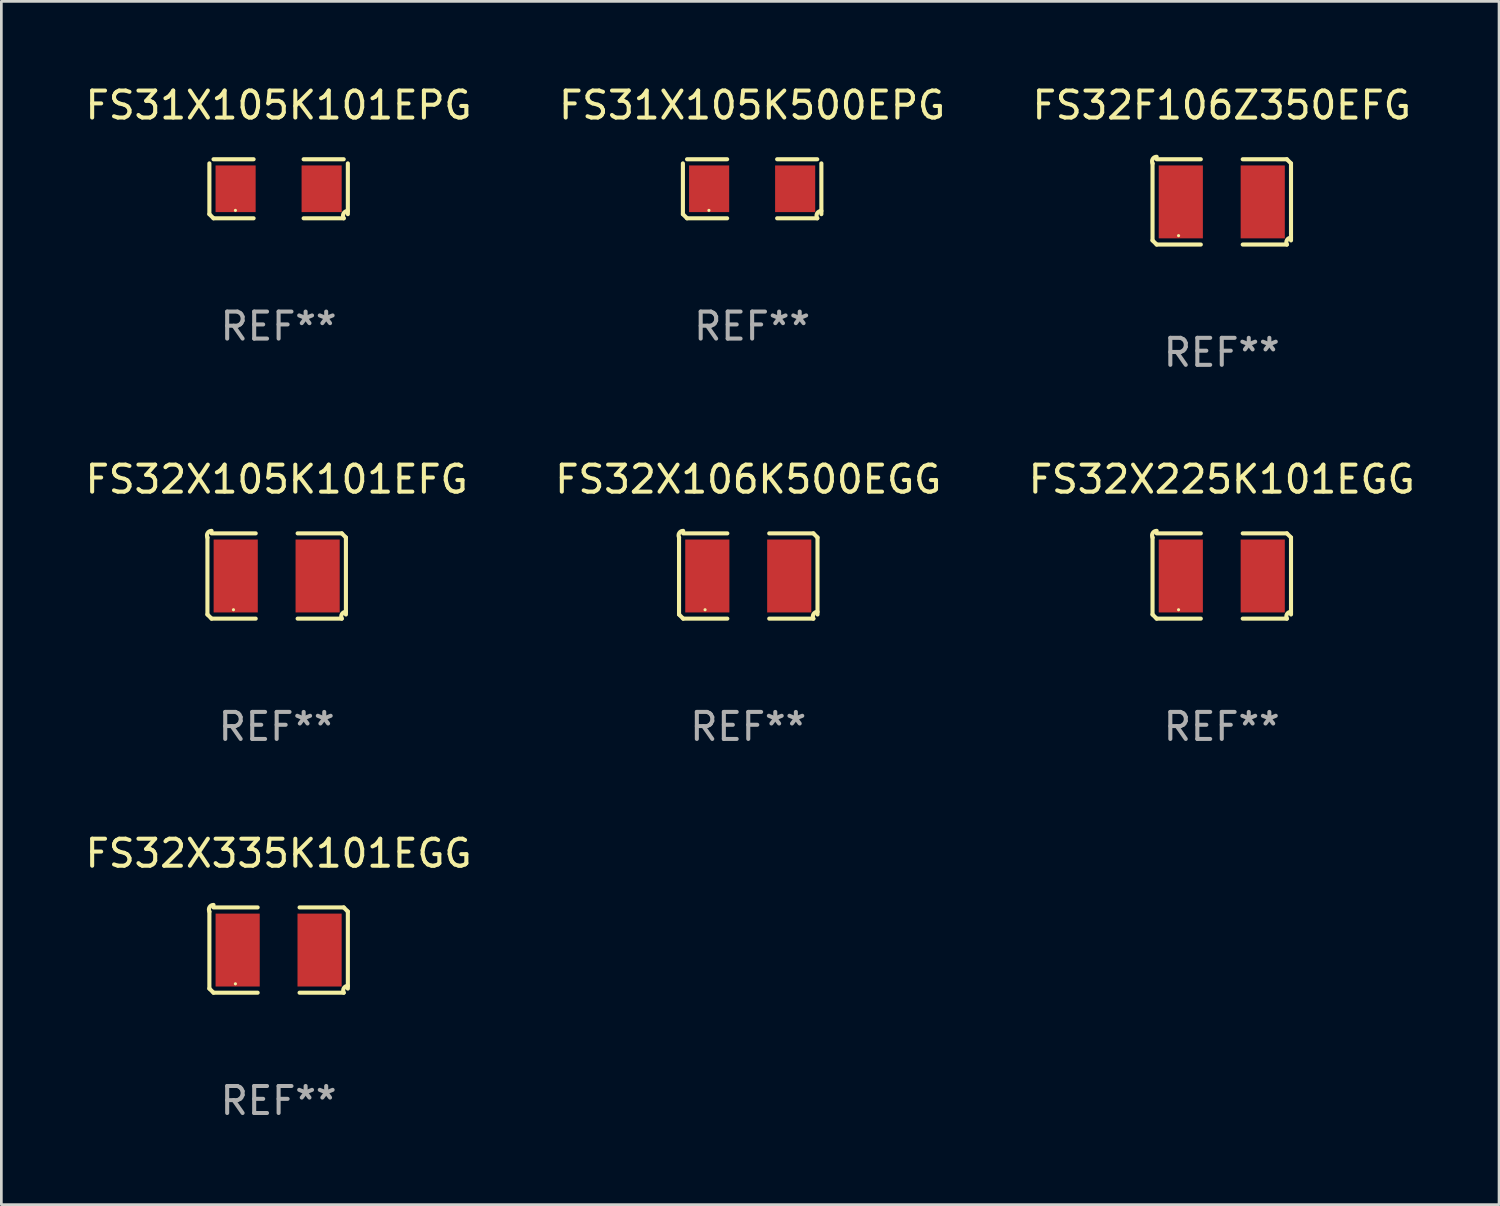
<source format=kicad_pcb>
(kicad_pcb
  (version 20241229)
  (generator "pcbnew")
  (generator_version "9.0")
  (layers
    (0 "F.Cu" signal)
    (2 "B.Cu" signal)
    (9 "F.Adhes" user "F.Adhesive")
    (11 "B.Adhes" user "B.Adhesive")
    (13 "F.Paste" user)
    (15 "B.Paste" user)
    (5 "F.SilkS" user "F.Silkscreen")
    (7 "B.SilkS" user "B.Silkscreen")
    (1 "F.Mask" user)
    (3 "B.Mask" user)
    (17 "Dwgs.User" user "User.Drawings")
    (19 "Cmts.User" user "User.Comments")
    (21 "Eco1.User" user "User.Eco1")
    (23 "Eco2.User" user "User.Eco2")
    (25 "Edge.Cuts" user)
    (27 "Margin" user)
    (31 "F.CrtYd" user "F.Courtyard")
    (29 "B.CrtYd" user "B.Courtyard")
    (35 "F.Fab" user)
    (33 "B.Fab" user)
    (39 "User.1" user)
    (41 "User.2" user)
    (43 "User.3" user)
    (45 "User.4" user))
  (footprint "FS32X335K101EGG"
    (layer "F.Cu")
    (at 7.268 32.134)
    (property "Reference" "FS32X335K101EGG" (at 0 -3.579 0) (layer "F.SilkS") (effects (font (size 1 1) (thickness 0.15))))
    (attr through_hole)
    (fp_line (start -2.564 1.426) (end -2.564 -1.426) (stroke (width 0.152) (type solid)) (layer "F.SilkS"))
    (fp_line (start -2.411 -1.579) (end -0.776 -1.579) (stroke (width 0.152) (type solid)) (layer "F.SilkS"))
    (fp_line (start -0.776 1.579) (end -2.411 1.579) (stroke (width 0.152) (type solid)) (layer "F.SilkS"))
    (fp_line (start 0.776 1.579) (end 2.411 1.579) (stroke (width 0.152) (type solid)) (layer "F.SilkS"))
    (fp_line (start 2.411 -1.579) (end 0.776 -1.579) (stroke (width 0.152) (type solid)) (layer "F.SilkS"))
    (fp_line (start 2.564 1.426) (end 2.564 -1.426) (stroke (width 0.152) (type solid)) (layer "F.SilkS"))
    (fp_arc (start -2.563602 -1.426213) (mid -2.555597 -1.591233) (end -2.411201 -1.671518) (stroke (width 0.1524) (type solid)) (layer "F.SilkS"))
    (fp_arc (start -2.5636 1.426214) (mid -2.487389 1.502402) (end -2.411201 1.578613) (stroke (width 0.1524) (type solid)) (layer "F.SilkS"))
    (fp_arc (start 2.411197 -1.578618) (mid 2.487403 -1.502419) (end 2.563602 -1.426213) (stroke (width 0.1524) (type solid)) (layer "F.SilkS"))
    (fp_arc (start 2.411201 1.578613) (mid 2.416214 1.409455) (end 2.563602 1.32629) (stroke (width 0.1524) (type solid)) (layer "F.SilkS"))
    (fp_circle (center -1.6 1.25) (end -1.57 1.25) (stroke (width 0.06) (type solid)) (fill no) (layer "F.SilkS"))
    (fp_text user "REF**" (at 0 5.579 0) (layer "F.Fab") (effects (font (size 1 1) (thickness 0.15))))
    (pad "1" smd rect (at -1.517 0) (size 1.635 2.7) (layers "F.Cu" "F.Mask" "F.Paste"))
    (pad "2" smd rect (at 1.517 0) (size 1.635 2.7) (layers "F.Cu" "F.Mask" "F.Paste")))
  (footprint "FS32X105K101EFG"
    (layer "F.Cu")
    (at 7.196 18.281)
    (property "Reference" "FS32X105K101EFG" (at 0 -3.579 0) (layer "F.SilkS") (effects (font (size 1 1) (thickness 0.15))))
    (attr through_hole)
    (fp_line (start -2.564 1.426) (end -2.564 -1.426) (stroke (width 0.152) (type solid)) (layer "F.SilkS"))
    (fp_line (start -2.411 -1.579) (end -0.776 -1.579) (stroke (width 0.152) (type solid)) (layer "F.SilkS"))
    (fp_line (start -0.776 1.579) (end -2.411 1.579) (stroke (width 0.152) (type solid)) (layer "F.SilkS"))
    (fp_line (start 0.776 1.579) (end 2.411 1.579) (stroke (width 0.152) (type solid)) (layer "F.SilkS"))
    (fp_line (start 2.411 -1.579) (end 0.776 -1.579) (stroke (width 0.152) (type solid)) (layer "F.SilkS"))
    (fp_line (start 2.564 1.426) (end 2.564 -1.426) (stroke (width 0.152) (type solid)) (layer "F.SilkS"))
    (fp_arc (start -2.563602 -1.426213) (mid -2.555597 -1.591233) (end -2.411201 -1.671518) (stroke (width 0.1524) (type solid)) (layer "F.SilkS"))
    (fp_arc (start -2.5636 1.426214) (mid -2.487389 1.502402) (end -2.411201 1.578613) (stroke (width 0.1524) (type solid)) (layer "F.SilkS"))
    (fp_arc (start 2.411197 -1.578618) (mid 2.487403 -1.502419) (end 2.563602 -1.426213) (stroke (width 0.1524) (type solid)) (layer "F.SilkS"))
    (fp_arc (start 2.411201 1.578613) (mid 2.416214 1.409455) (end 2.563602 1.32629) (stroke (width 0.1524) (type solid)) (layer "F.SilkS"))
    (fp_circle (center -1.6 1.25) (end -1.57 1.25) (stroke (width 0.06) (type solid)) (fill no) (layer "F.SilkS"))
    (fp_text user "REF**" (at 0 5.579 0) (layer "F.Fab") (effects (font (size 1 1) (thickness 0.15))))
    (pad "1" smd rect (at -1.517 0) (size 1.635 2.7) (layers "F.Cu" "F.Mask" "F.Paste"))
    (pad "2" smd rect (at 1.517 0) (size 1.635 2.7) (layers "F.Cu" "F.Mask" "F.Paste")))
  (footprint "FS31X105K101EPG"
    (layer "F.Cu")
    (at 7.268 3.941)
    (property "Reference" "FS31X105K101EPG" (at 0 -3.093 0) (layer "F.SilkS") (effects (font (size 1 1) (thickness 0.15))))
    (attr through_hole)
    (fp_line (start -2.564 0.94) (end -2.564 -0.94) (stroke (width 0.152) (type solid)) (layer "F.SilkS"))
    (fp_line (start -2.411 -1.093) (end -0.926 -1.093) (stroke (width 0.152) (type solid)) (layer "F.SilkS"))
    (fp_line (start -0.926 1.093) (end -2.411 1.093) (stroke (width 0.152) (type solid)) (layer "F.SilkS"))
    (fp_line (start 0.926 1.093) (end 2.411 1.093) (stroke (width 0.152) (type solid)) (layer "F.SilkS"))
    (fp_line (start 2.411 -1.093) (end 0.926 -1.093) (stroke (width 0.152) (type solid)) (layer "F.SilkS"))
    (fp_line (start 2.564 0.94) (end 2.564 -0.94) (stroke (width 0.152) (type solid)) (layer "F.SilkS"))
    (fp_arc (start -2.411201 1.092609) (mid -2.487413 1.01642) (end -2.563602 0.940208) (stroke (width 0.1524) (type solid)) (layer "F.SilkS"))
    (fp_arc (start 2.411201 1.092609) (mid 2.407159 0.911226) (end 2.563602 0.819347) (stroke (width 0.1524) (type solid)) (layer "F.SilkS"))
    (fp_circle (center -1.6 0.8) (end -1.57 0.8) (stroke (width 0.06) (type solid)) (fill no) (layer "F.SilkS"))
    (fp_text user "REF**" (at 0 5.093 0) (layer "F.Fab") (effects (font (size 1 1) (thickness 0.15))))
    (pad "1" smd rect (at -1.593 0) (size 1.485 1.728) (layers "F.Cu" "F.Mask" "F.Paste"))
    (pad "2" smd rect (at 1.593 0) (size 1.485 1.728) (layers "F.Cu" "F.Mask" "F.Paste")))
  (footprint "FS32X225K101EGG"
    (layer "F.Cu")
    (at 42.196 18.281)
    (property "Reference" "FS32X225K101EGG" (at 0 -3.579 0) (layer "F.SilkS") (effects (font (size 1 1) (thickness 0.15))))
    (attr through_hole)
    (fp_line (start -2.564 1.426) (end -2.564 -1.426) (stroke (width 0.152) (type solid)) (layer "F.SilkS"))
    (fp_line (start -2.411 -1.579) (end -0.776 -1.579) (stroke (width 0.152) (type solid)) (layer "F.SilkS"))
    (fp_line (start -0.776 1.579) (end -2.411 1.579) (stroke (width 0.152) (type solid)) (layer "F.SilkS"))
    (fp_line (start 0.776 1.579) (end 2.411 1.579) (stroke (width 0.152) (type solid)) (layer "F.SilkS"))
    (fp_line (start 2.411 -1.579) (end 0.776 -1.579) (stroke (width 0.152) (type solid)) (layer "F.SilkS"))
    (fp_line (start 2.564 1.426) (end 2.564 -1.426) (stroke (width 0.152) (type solid)) (layer "F.SilkS"))
    (fp_arc (start -2.563602 -1.426213) (mid -2.555597 -1.591233) (end -2.411201 -1.671518) (stroke (width 0.1524) (type solid)) (layer "F.SilkS"))
    (fp_arc (start -2.5636 1.426214) (mid -2.487389 1.502402) (end -2.411201 1.578613) (stroke (width 0.1524) (type solid)) (layer "F.SilkS"))
    (fp_arc (start 2.411197 -1.578618) (mid 2.487403 -1.502419) (end 2.563602 -1.426213) (stroke (width 0.1524) (type solid)) (layer "F.SilkS"))
    (fp_arc (start 2.411201 1.578613) (mid 2.416214 1.409455) (end 2.563602 1.32629) (stroke (width 0.1524) (type solid)) (layer "F.SilkS"))
    (fp_circle (center -1.6 1.25) (end -1.57 1.25) (stroke (width 0.06) (type solid)) (fill no) (layer "F.SilkS"))
    (fp_text user "REF**" (at 0 5.579 0) (layer "F.Fab") (effects (font (size 1 1) (thickness 0.15))))
    (pad "1" smd rect (at -1.517 0) (size 1.635 2.7) (layers "F.Cu" "F.Mask" "F.Paste"))
    (pad "2" smd rect (at 1.517 0) (size 1.635 2.7) (layers "F.Cu" "F.Mask" "F.Paste")))
  (footprint "FS31X105K500EPG"
    (layer "F.Cu")
    (at 24.804 3.941)
    (property "Reference" "FS31X105K500EPG" (at 0 -3.093 0) (layer "F.SilkS") (effects (font (size 1 1) (thickness 0.15))))
    (attr through_hole)
    (fp_line (start -2.564 0.94) (end -2.564 -0.94) (stroke (width 0.152) (type solid)) (layer "F.SilkS"))
    (fp_line (start -2.411 -1.093) (end -0.926 -1.093) (stroke (width 0.152) (type solid)) (layer "F.SilkS"))
    (fp_line (start -0.926 1.093) (end -2.411 1.093) (stroke (width 0.152) (type solid)) (layer "F.SilkS"))
    (fp_line (start 0.926 1.093) (end 2.411 1.093) (stroke (width 0.152) (type solid)) (layer "F.SilkS"))
    (fp_line (start 2.411 -1.093) (end 0.926 -1.093) (stroke (width 0.152) (type solid)) (layer "F.SilkS"))
    (fp_line (start 2.564 0.94) (end 2.564 -0.94) (stroke (width 0.152) (type solid)) (layer "F.SilkS"))
    (fp_arc (start -2.411201 1.092609) (mid -2.487413 1.01642) (end -2.563602 0.940208) (stroke (width 0.1524) (type solid)) (layer "F.SilkS"))
    (fp_arc (start 2.411201 1.092609) (mid 2.407159 0.911226) (end 2.563602 0.819347) (stroke (width 0.1524) (type solid)) (layer "F.SilkS"))
    (fp_circle (center -1.6 0.8) (end -1.57 0.8) (stroke (width 0.06) (type solid)) (fill no) (layer "F.SilkS"))
    (fp_text user "REF**" (at 0 5.093 0) (layer "F.Fab") (effects (font (size 1 1) (thickness 0.15))))
    (pad "1" smd rect (at -1.593 0) (size 1.485 1.728) (layers "F.Cu" "F.Mask" "F.Paste"))
    (pad "2" smd rect (at 1.593 0) (size 1.485 1.728) (layers "F.Cu" "F.Mask" "F.Paste")))
  (footprint "FS32F106Z350EFG"
    (layer "F.Cu")
    (at 42.196 4.427)
    (property "Reference" "FS32F106Z350EFG" (at 0 -3.579 0) (layer "F.SilkS") (effects (font (size 1 1) (thickness 0.15))))
    (attr through_hole)
    (fp_line (start -2.564 1.426) (end -2.564 -1.426) (stroke (width 0.152) (type solid)) (layer "F.SilkS"))
    (fp_line (start -2.411 -1.579) (end -0.776 -1.579) (stroke (width 0.152) (type solid)) (layer "F.SilkS"))
    (fp_line (start -0.776 1.579) (end -2.411 1.579) (stroke (width 0.152) (type solid)) (layer "F.SilkS"))
    (fp_line (start 0.776 1.579) (end 2.411 1.579) (stroke (width 0.152) (type solid)) (layer "F.SilkS"))
    (fp_line (start 2.411 -1.579) (end 0.776 -1.579) (stroke (width 0.152) (type solid)) (layer "F.SilkS"))
    (fp_line (start 2.564 1.426) (end 2.564 -1.426) (stroke (width 0.152) (type solid)) (layer "F.SilkS"))
    (fp_arc (start -2.563602 -1.426213) (mid -2.555597 -1.591233) (end -2.411201 -1.671518) (stroke (width 0.1524) (type solid)) (layer "F.SilkS"))
    (fp_arc (start -2.5636 1.426214) (mid -2.487389 1.502402) (end -2.411201 1.578613) (stroke (width 0.1524) (type solid)) (layer "F.SilkS"))
    (fp_arc (start 2.411197 -1.578618) (mid 2.487403 -1.502419) (end 2.563602 -1.426213) (stroke (width 0.1524) (type solid)) (layer "F.SilkS"))
    (fp_arc (start 2.411201 1.578613) (mid 2.416214 1.409455) (end 2.563602 1.32629) (stroke (width 0.1524) (type solid)) (layer "F.SilkS"))
    (fp_circle (center -1.6 1.25) (end -1.57 1.25) (stroke (width 0.06) (type solid)) (fill no) (layer "F.SilkS"))
    (fp_text user "REF**" (at 0 5.579 0) (layer "F.Fab") (effects (font (size 1 1) (thickness 0.15))))
    (pad "1" smd rect (at -1.517 0) (size 1.635 2.7) (layers "F.Cu" "F.Mask" "F.Paste"))
    (pad "2" smd rect (at 1.517 0) (size 1.635 2.7) (layers "F.Cu" "F.Mask" "F.Paste")))
  (footprint "FS32X106K500EGG"
    (layer "F.Cu")
    (at 24.661 18.281)
    (property "Reference" "FS32X106K500EGG" (at 0 -3.579 0) (layer "F.SilkS") (effects (font (size 1 1) (thickness 0.15))))
    (attr through_hole)
    (fp_line (start -2.564 1.426) (end -2.564 -1.426) (stroke (width 0.152) (type solid)) (layer "F.SilkS"))
    (fp_line (start -2.411 -1.579) (end -0.776 -1.579) (stroke (width 0.152) (type solid)) (layer "F.SilkS"))
    (fp_line (start -0.776 1.579) (end -2.411 1.579) (stroke (width 0.152) (type solid)) (layer "F.SilkS"))
    (fp_line (start 0.776 1.579) (end 2.411 1.579) (stroke (width 0.152) (type solid)) (layer "F.SilkS"))
    (fp_line (start 2.411 -1.579) (end 0.776 -1.579) (stroke (width 0.152) (type solid)) (layer "F.SilkS"))
    (fp_line (start 2.564 1.426) (end 2.564 -1.426) (stroke (width 0.152) (type solid)) (layer "F.SilkS"))
    (fp_arc (start -2.563602 -1.426213) (mid -2.555597 -1.591233) (end -2.411201 -1.671518) (stroke (width 0.1524) (type solid)) (layer "F.SilkS"))
    (fp_arc (start -2.5636 1.426214) (mid -2.487389 1.502402) (end -2.411201 1.578613) (stroke (width 0.1524) (type solid)) (layer "F.SilkS"))
    (fp_arc (start 2.411197 -1.578618) (mid 2.487403 -1.502419) (end 2.563602 -1.426213) (stroke (width 0.1524) (type solid)) (layer "F.SilkS"))
    (fp_arc (start 2.411201 1.578613) (mid 2.416214 1.409455) (end 2.563602 1.32629) (stroke (width 0.1524) (type solid)) (layer "F.SilkS"))
    (fp_circle (center -1.6 1.25) (end -1.57 1.25) (stroke (width 0.06) (type solid)) (fill no) (layer "F.SilkS"))
    (fp_text user "REF**" (at 0 5.579 0) (layer "F.Fab") (effects (font (size 1 1) (thickness 0.15))))
    (pad "1" smd rect (at -1.517 0) (size 1.635 2.7) (layers "F.Cu" "F.Mask" "F.Paste"))
    (pad "2" smd rect (at 1.517 0) (size 1.635 2.7) (layers "F.Cu" "F.Mask" "F.Paste")))
  (gr_rect
    (start -3 -3)
    (end 52.464 41.561)
    (stroke (width 0.1) (type default))
    (fill no)
    (layer "Edge.Cuts")))
</source>
